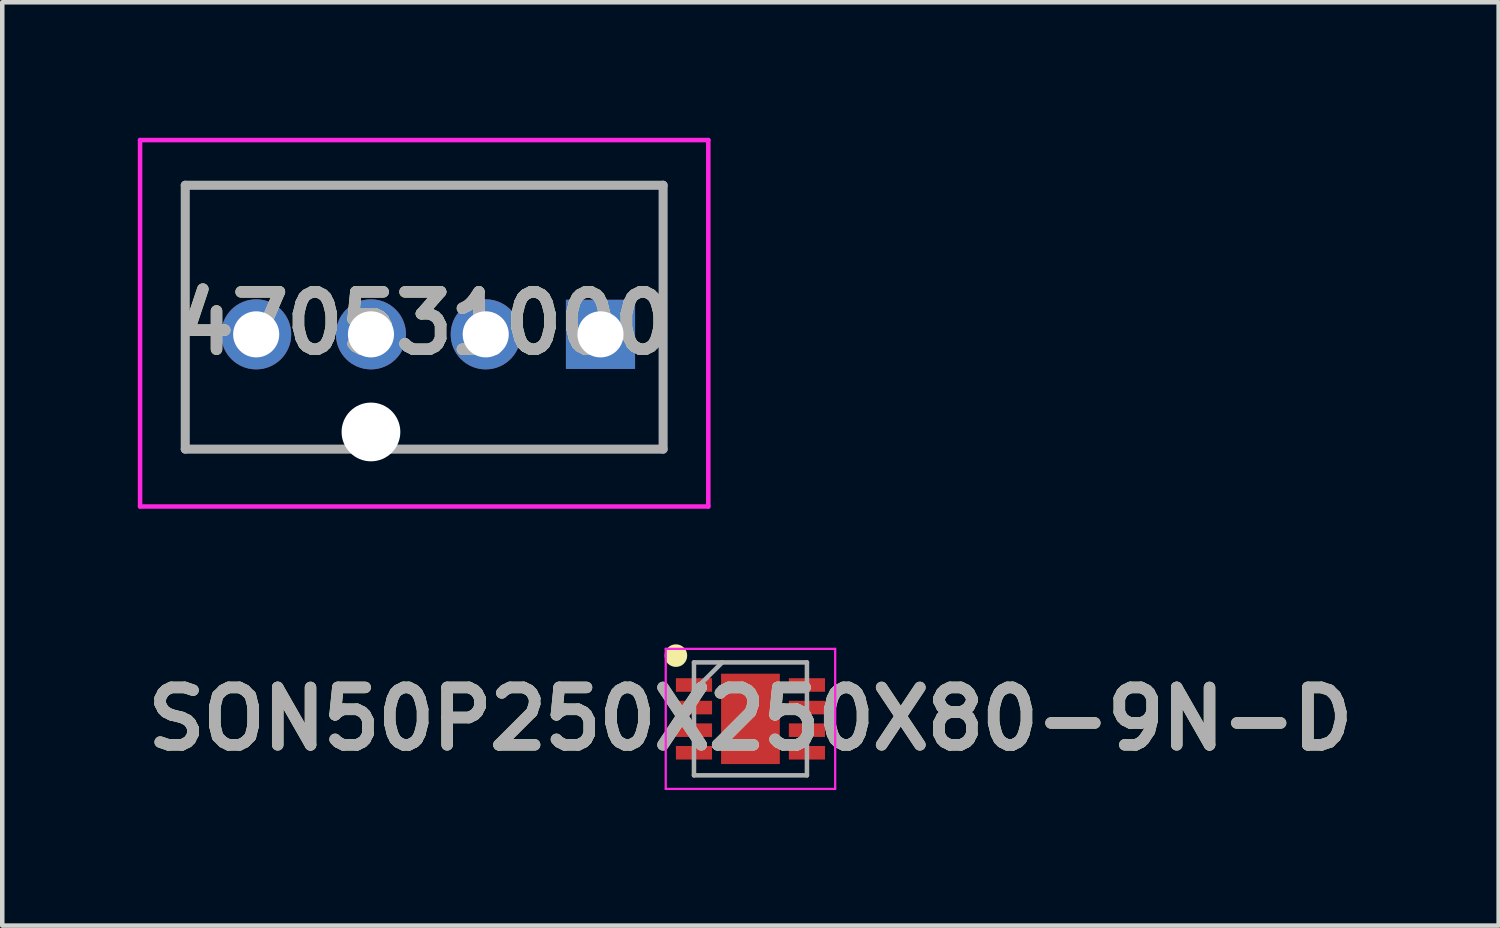
<source format=kicad_pcb>
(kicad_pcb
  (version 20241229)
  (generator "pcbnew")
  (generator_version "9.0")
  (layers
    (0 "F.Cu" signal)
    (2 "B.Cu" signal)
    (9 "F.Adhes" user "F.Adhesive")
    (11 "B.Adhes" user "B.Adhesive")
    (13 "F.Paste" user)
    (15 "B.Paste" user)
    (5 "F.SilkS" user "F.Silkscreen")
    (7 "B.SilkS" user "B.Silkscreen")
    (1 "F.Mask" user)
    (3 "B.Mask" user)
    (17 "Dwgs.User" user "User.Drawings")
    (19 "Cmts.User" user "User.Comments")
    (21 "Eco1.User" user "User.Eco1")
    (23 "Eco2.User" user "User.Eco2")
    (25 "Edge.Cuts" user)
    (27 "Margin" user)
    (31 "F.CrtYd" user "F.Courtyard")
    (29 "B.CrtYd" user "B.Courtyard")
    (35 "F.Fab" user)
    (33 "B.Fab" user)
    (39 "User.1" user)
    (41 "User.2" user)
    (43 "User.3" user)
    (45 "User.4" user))
  (footprint "470531000"
    (layer "F.Cu")
    (at 10.24 4.35)
    (property "Reference" "470531000" (at -3.902 -0.245 0) (layer "F.SilkS") (effects (font (size 1.27 1.27) (thickness 0.254))))
    (attr through_hole)
    (fp_line (start -9.19 -3.3) (end 1.386 -3.3) (stroke (width 0.1) (type solid)) (layer "F.SilkS"))
    (fp_line (start -9.19 2.54) (end -9.19 -3.3) (stroke (width 0.1) (type solid)) (layer "F.SilkS"))
    (fp_line (start -9.19 2.54) (end -6.293 2.54) (stroke (width 0.1) (type solid)) (layer "F.SilkS"))
    (fp_line (start 1.386 -3.3) (end 1.386 2.54) (stroke (width 0.1) (type solid)) (layer "F.SilkS"))
    (fp_line (start 1.386 2.54) (end -3.902 2.54) (stroke (width 0.1) (type solid)) (layer "F.SilkS"))
    (fp_line (start -10.19 -4.3) (end 2.386 -4.3) (stroke (width 0.1) (type solid)) (layer "F.CrtYd"))
    (fp_line (start -10.19 3.81) (end -10.19 -4.3) (stroke (width 0.1) (type solid)) (layer "F.CrtYd"))
    (fp_line (start 2.386 -4.3) (end 2.386 3.81) (stroke (width 0.1) (type solid)) (layer "F.CrtYd"))
    (fp_line (start 2.386 3.81) (end -10.19 3.81) (stroke (width 0.1) (type solid)) (layer "F.CrtYd"))
    (fp_line (start -9.19 -3.3) (end 1.386 -3.3) (stroke (width 0.2) (type solid)) (layer "F.Fab"))
    (fp_line (start -9.19 2.54) (end -9.19 -3.3) (stroke (width 0.2) (type solid)) (layer "F.Fab"))
    (fp_line (start 1.386 -3.3) (end 1.386 2.54) (stroke (width 0.2) (type solid)) (layer "F.Fab"))
    (fp_line (start 1.386 2.54) (end -9.19 2.54) (stroke (width 0.2) (type solid)) (layer "F.Fab"))
    (fp_text user "${REFERENCE}" (at -3.902 -0.245 0) (layer "F.Fab") (effects (font (size 1.27 1.27) (thickness 0.254))))
    (pad "" np_thru_hole circle (at -5.08 2.16) (size 1.3 1.3) (drill 1.3) (layers "*.Cu" "*.Mask"))
    (pad "1" thru_hole rect (at 0 0) (size 1.53 1.53) (drill 1.02) (layers "*.Cu" "*.Mask"))
    (pad "2" thru_hole circle (at -2.54 0) (size 1.55 1.55) (drill 1.02) (layers "*.Cu" "*.Mask"))
    (pad "3" thru_hole circle (at -5.08 0) (size 1.55 1.55) (drill 1.02) (layers "*.Cu" "*.Mask"))
    (pad "4" thru_hole circle (at -7.62 0) (size 1.55 1.55) (drill 1.02) (layers "*.Cu" "*.Mask")))
  (footprint "SON50P250X250X80-9N-D"
    (layer "F.Cu")
    (at 13.559 12.86)
    (property "Reference" "SON50P250X250X80-9N-D" (at 0 0 0) (layer "F.SilkS") (effects (font (size 1.27 1.27) (thickness 0.254))))
    (attr smd)
    (fp_circle (center -1.65 -1.4) (end -1.65 -1.275) (stroke (width 0.25) (type solid)) (fill no) (layer "F.SilkS"))
    (fp_line (start -1.875 -1.55) (end 1.875 -1.55) (stroke (width 0.05) (type solid)) (layer "F.CrtYd"))
    (fp_line (start -1.875 1.55) (end -1.875 -1.55) (stroke (width 0.05) (type solid)) (layer "F.CrtYd"))
    (fp_line (start 1.875 -1.55) (end 1.875 1.55) (stroke (width 0.05) (type solid)) (layer "F.CrtYd"))
    (fp_line (start 1.875 1.55) (end -1.875 1.55) (stroke (width 0.05) (type solid)) (layer "F.CrtYd"))
    (fp_line (start -1.25 -1.25) (end 1.25 -1.25) (stroke (width 0.1) (type solid)) (layer "F.Fab"))
    (fp_line (start -1.25 -0.625) (end -0.625 -1.25) (stroke (width 0.1) (type solid)) (layer "F.Fab"))
    (fp_line (start -1.25 1.25) (end -1.25 -1.25) (stroke (width 0.1) (type solid)) (layer "F.Fab"))
    (fp_line (start 1.25 -1.25) (end 1.25 1.25) (stroke (width 0.1) (type solid)) (layer "F.Fab"))
    (fp_line (start 1.25 1.25) (end -1.25 1.25) (stroke (width 0.1) (type solid)) (layer "F.Fab"))
    (fp_text user "${REFERENCE}" (at 0 0 0) (layer "F.Fab") (effects (font (size 1.27 1.27) (thickness 0.254))))
    (pad "1" smd rect (at -1.25 -0.75 90) (size 0.3 0.8) (layers "F.Cu" "F.Mask" "F.Paste"))
    (pad "2" smd rect (at -1.25 -0.25 90) (size 0.3 0.8) (layers "F.Cu" "F.Mask" "F.Paste"))
    (pad "3" smd rect (at -1.25 0.25 90) (size 0.3 0.8) (layers "F.Cu" "F.Mask" "F.Paste"))
    (pad "4" smd rect (at -1.25 0.75 90) (size 0.3 0.8) (layers "F.Cu" "F.Mask" "F.Paste"))
    (pad "5" smd rect (at 1.25 0.75 90) (size 0.3 0.8) (layers "F.Cu" "F.Mask" "F.Paste"))
    (pad "6" smd rect (at 1.25 0.25 90) (size 0.3 0.8) (layers "F.Cu" "F.Mask" "F.Paste"))
    (pad "7" smd rect (at 1.25 -0.25 90) (size 0.3 0.8) (layers "F.Cu" "F.Mask" "F.Paste"))
    (pad "8" smd rect (at 1.25 -0.75 90) (size 0.3 0.8) (layers "F.Cu" "F.Mask" "F.Paste"))
    (pad "9" smd rect (at 0 0) (size 1.3 2) (layers "F.Cu" "F.Mask" "F.Paste")))
  (gr_rect
    (start -3 -3)
    (end 30.118 17.435)
    (stroke (width 0.1) (type default))
    (fill no)
    (layer "Edge.Cuts")))
</source>
